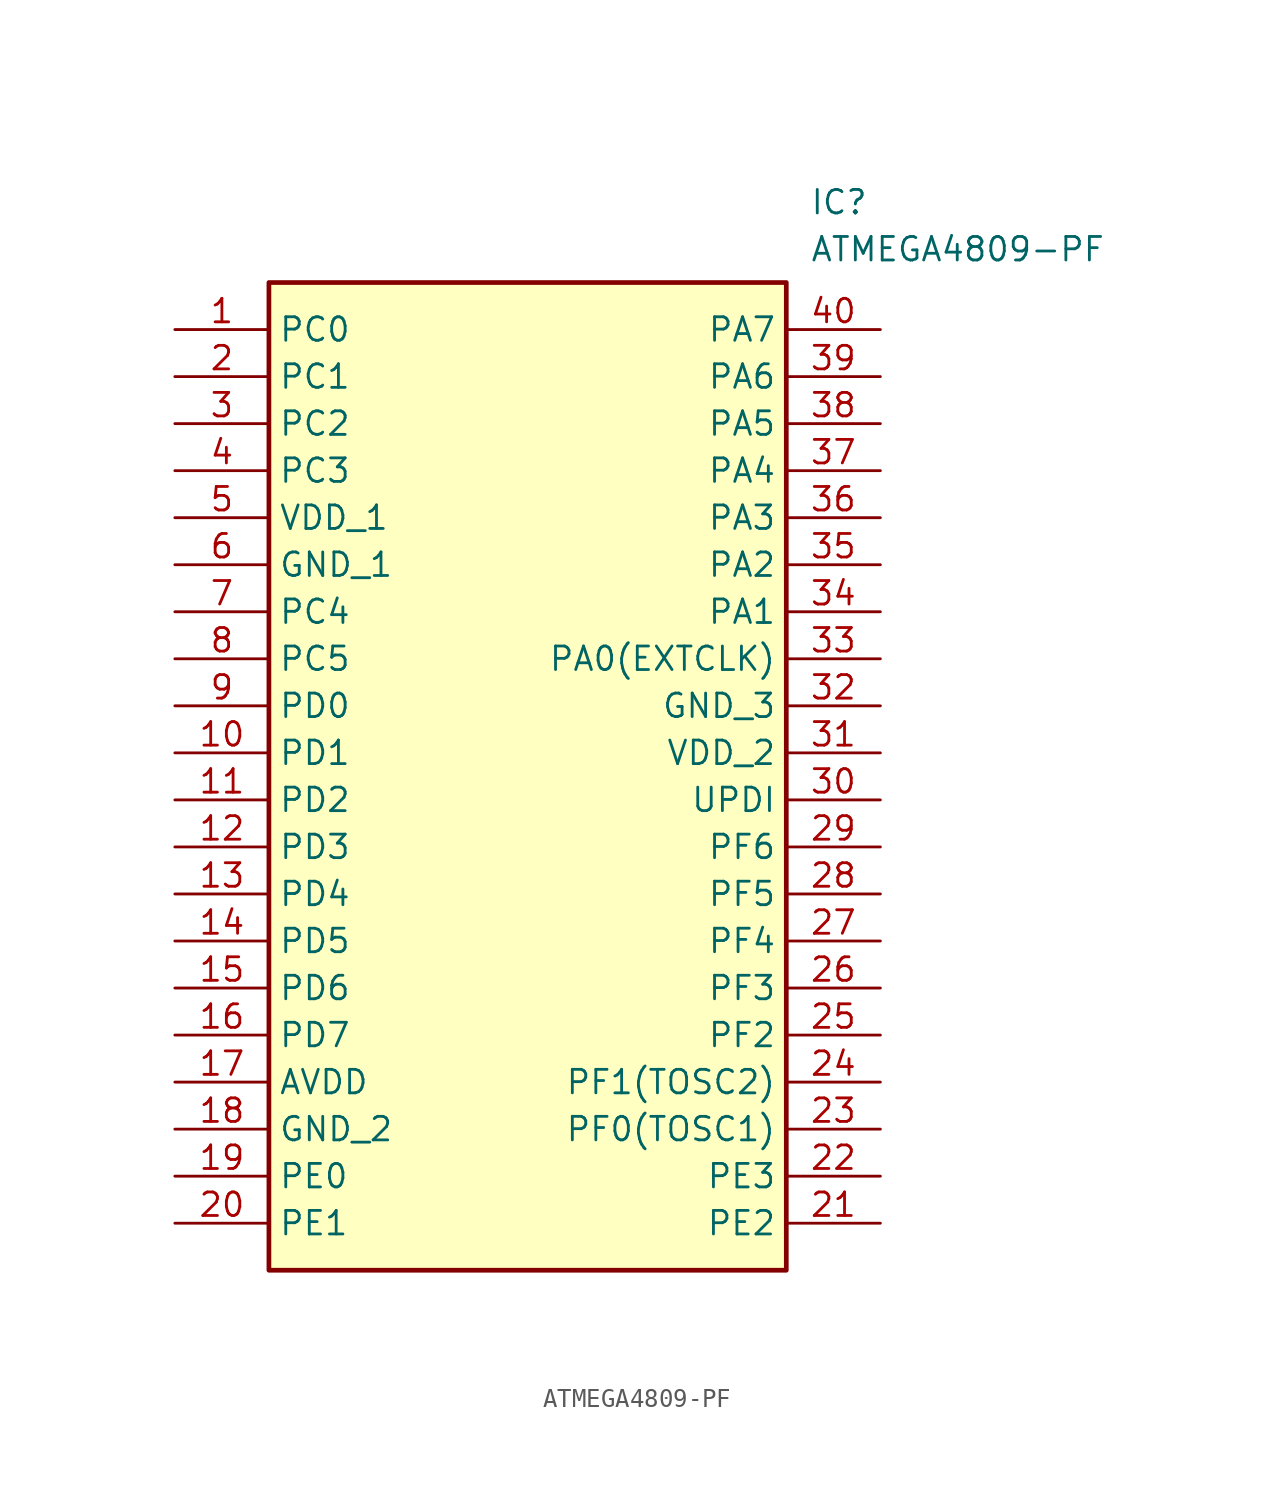
<source format=kicad_sym>
(kicad_symbol_lib
  (version 20211014)
  (generator SamacSys_ECAD_Model)
  (symbol "ATMEGA4809-PF"
    (property "Reference" "IC"
      (at 34.29 7.62 0)
      (effects (font (size 1.27 1.27)) (justify left top)))
    (property "Value" "ATMEGA4809-PF"
      (at 34.29 5.08 0)
      (effects (font (size 1.27 1.27)) (justify left top)))
    (rectangle
      (start 5.08 2.54)
      (end 33.02 -50.8)
      (stroke (width 0.254) (type default))
      (fill (type background)))
    (pin passive line
      (at 0 0 0)
      (length 5.08)
      (name "PC0" (effects (font (size 1.27 1.27))))
      (number "1" (effects (font (size 1.27 1.27)))))
    (pin passive line
      (at 0 -2.54 0)
      (length 5.08)
      (name "PC1" (effects (font (size 1.27 1.27))))
      (number "2" (effects (font (size 1.27 1.27)))))
    (pin passive line
      (at 0 -5.08 0)
      (length 5.08)
      (name "PC2" (effects (font (size 1.27 1.27))))
      (number "3" (effects (font (size 1.27 1.27)))))
    (pin passive line
      (at 0 -7.62 0)
      (length 5.08)
      (name "PC3" (effects (font (size 1.27 1.27))))
      (number "4" (effects (font (size 1.27 1.27)))))
    (pin passive line
      (at 0 -10.16 0)
      (length 5.08)
      (name "VDD_1" (effects (font (size 1.27 1.27))))
      (number "5" (effects (font (size 1.27 1.27)))))
    (pin passive line
      (at 0 -12.7 0)
      (length 5.08)
      (name "GND_1" (effects (font (size 1.27 1.27))))
      (number "6" (effects (font (size 1.27 1.27)))))
    (pin passive line
      (at 0 -15.24 0)
      (length 5.08)
      (name "PC4" (effects (font (size 1.27 1.27))))
      (number "7" (effects (font (size 1.27 1.27)))))
    (pin passive line
      (at 0 -17.78 0)
      (length 5.08)
      (name "PC5" (effects (font (size 1.27 1.27))))
      (number "8" (effects (font (size 1.27 1.27)))))
    (pin passive line
      (at 0 -20.32 0)
      (length 5.08)
      (name "PD0" (effects (font (size 1.27 1.27))))
      (number "9" (effects (font (size 1.27 1.27)))))
    (pin passive line
      (at 0 -22.86 0)
      (length 5.08)
      (name "PD1" (effects (font (size 1.27 1.27))))
      (number "10" (effects (font (size 1.27 1.27)))))
    (pin passive line
      (at 0 -25.4 0)
      (length 5.08)
      (name "PD2" (effects (font (size 1.27 1.27))))
      (number "11" (effects (font (size 1.27 1.27)))))
    (pin passive line
      (at 0 -27.94 0)
      (length 5.08)
      (name "PD3" (effects (font (size 1.27 1.27))))
      (number "12" (effects (font (size 1.27 1.27)))))
    (pin passive line
      (at 0 -30.48 0)
      (length 5.08)
      (name "PD4" (effects (font (size 1.27 1.27))))
      (number "13" (effects (font (size 1.27 1.27)))))
    (pin passive line
      (at 0 -33.02 0)
      (length 5.08)
      (name "PD5" (effects (font (size 1.27 1.27))))
      (number "14" (effects (font (size 1.27 1.27)))))
    (pin passive line
      (at 0 -35.56 0)
      (length 5.08)
      (name "PD6" (effects (font (size 1.27 1.27))))
      (number "15" (effects (font (size 1.27 1.27)))))
    (pin passive line
      (at 0 -38.1 0)
      (length 5.08)
      (name "PD7" (effects (font (size 1.27 1.27))))
      (number "16" (effects (font (size 1.27 1.27)))))
    (pin passive line
      (at 0 -40.64 0)
      (length 5.08)
      (name "AVDD" (effects (font (size 1.27 1.27))))
      (number "17" (effects (font (size 1.27 1.27)))))
    (pin passive line
      (at 0 -43.18 0)
      (length 5.08)
      (name "GND_2" (effects (font (size 1.27 1.27))))
      (number "18" (effects (font (size 1.27 1.27)))))
    (pin passive line
      (at 0 -45.72 0)
      (length 5.08)
      (name "PE0" (effects (font (size 1.27 1.27))))
      (number "19" (effects (font (size 1.27 1.27)))))
    (pin passive line
      (at 0 -48.26 0)
      (length 5.08)
      (name "PE1" (effects (font (size 1.27 1.27))))
      (number "20" (effects (font (size 1.27 1.27)))))
    (pin passive line
      (at 38.1 0 180)
      (length 5.08)
      (name "PA7" (effects (font (size 1.27 1.27))))
      (number "40" (effects (font (size 1.27 1.27)))))
    (pin passive line
      (at 38.1 -2.54 180)
      (length 5.08)
      (name "PA6" (effects (font (size 1.27 1.27))))
      (number "39" (effects (font (size 1.27 1.27)))))
    (pin passive line
      (at 38.1 -5.08 180)
      (length 5.08)
      (name "PA5" (effects (font (size 1.27 1.27))))
      (number "38" (effects (font (size 1.27 1.27)))))
    (pin passive line
      (at 38.1 -7.62 180)
      (length 5.08)
      (name "PA4" (effects (font (size 1.27 1.27))))
      (number "37" (effects (font (size 1.27 1.27)))))
    (pin passive line
      (at 38.1 -10.16 180)
      (length 5.08)
      (name "PA3" (effects (font (size 1.27 1.27))))
      (number "36" (effects (font (size 1.27 1.27)))))
    (pin passive line
      (at 38.1 -12.7 180)
      (length 5.08)
      (name "PA2" (effects (font (size 1.27 1.27))))
      (number "35" (effects (font (size 1.27 1.27)))))
    (pin passive line
      (at 38.1 -15.24 180)
      (length 5.08)
      (name "PA1" (effects (font (size 1.27 1.27))))
      (number "34" (effects (font (size 1.27 1.27)))))
    (pin passive line
      (at 38.1 -17.78 180)
      (length 5.08)
      (name "PA0(EXTCLK)" (effects (font (size 1.27 1.27))))
      (number "33" (effects (font (size 1.27 1.27)))))
    (pin passive line
      (at 38.1 -20.32 180)
      (length 5.08)
      (name "GND_3" (effects (font (size 1.27 1.27))))
      (number "32" (effects (font (size 1.27 1.27)))))
    (pin passive line
      (at 38.1 -22.86 180)
      (length 5.08)
      (name "VDD_2" (effects (font (size 1.27 1.27))))
      (number "31" (effects (font (size 1.27 1.27)))))
    (pin passive line
      (at 38.1 -25.4 180)
      (length 5.08)
      (name "UPDI" (effects (font (size 1.27 1.27))))
      (number "30" (effects (font (size 1.27 1.27)))))
    (pin passive line
      (at 38.1 -27.94 180)
      (length 5.08)
      (name "PF6" (effects (font (size 1.27 1.27))))
      (number "29" (effects (font (size 1.27 1.27)))))
    (pin passive line
      (at 38.1 -30.48 180)
      (length 5.08)
      (name "PF5" (effects (font (size 1.27 1.27))))
      (number "28" (effects (font (size 1.27 1.27)))))
    (pin passive line
      (at 38.1 -33.02 180)
      (length 5.08)
      (name "PF4" (effects (font (size 1.27 1.27))))
      (number "27" (effects (font (size 1.27 1.27)))))
    (pin passive line
      (at 38.1 -35.56 180)
      (length 5.08)
      (name "PF3" (effects (font (size 1.27 1.27))))
      (number "26" (effects (font (size 1.27 1.27)))))
    (pin passive line
      (at 38.1 -38.1 180)
      (length 5.08)
      (name "PF2" (effects (font (size 1.27 1.27))))
      (number "25" (effects (font (size 1.27 1.27)))))
    (pin passive line
      (at 38.1 -40.64 180)
      (length 5.08)
      (name "PF1(TOSC2)" (effects (font (size 1.27 1.27))))
      (number "24" (effects (font (size 1.27 1.27)))))
    (pin passive line
      (at 38.1 -43.18 180)
      (length 5.08)
      (name "PF0(TOSC1)" (effects (font (size 1.27 1.27))))
      (number "23" (effects (font (size 1.27 1.27)))))
    (pin passive line
      (at 38.1 -45.72 180)
      (length 5.08)
      (name "PE3" (effects (font (size 1.27 1.27))))
      (number "22" (effects (font (size 1.27 1.27)))))
    (pin passive line
      (at 38.1 -48.26 180)
      (length 5.08)
      (name "PE2" (effects (font (size 1.27 1.27))))
      (number "21" (effects (font (size 1.27 1.27)))))))
</source>
